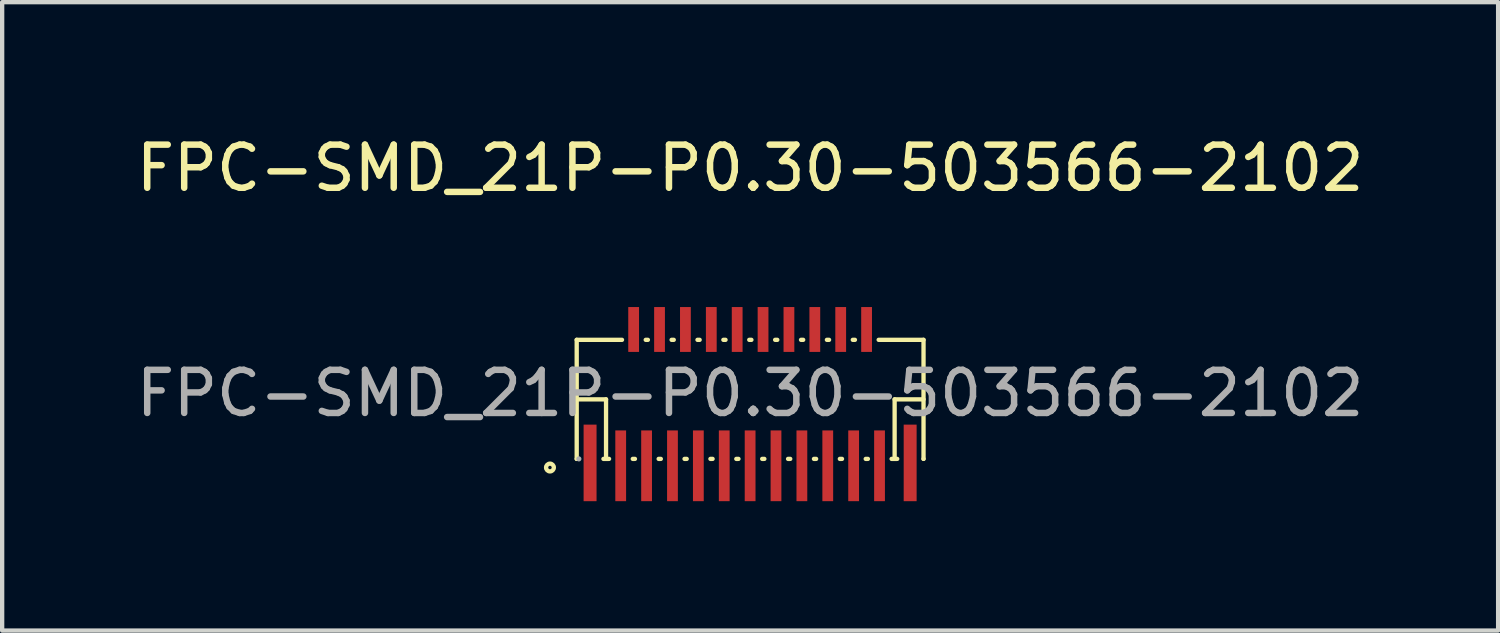
<source format=kicad_pcb>
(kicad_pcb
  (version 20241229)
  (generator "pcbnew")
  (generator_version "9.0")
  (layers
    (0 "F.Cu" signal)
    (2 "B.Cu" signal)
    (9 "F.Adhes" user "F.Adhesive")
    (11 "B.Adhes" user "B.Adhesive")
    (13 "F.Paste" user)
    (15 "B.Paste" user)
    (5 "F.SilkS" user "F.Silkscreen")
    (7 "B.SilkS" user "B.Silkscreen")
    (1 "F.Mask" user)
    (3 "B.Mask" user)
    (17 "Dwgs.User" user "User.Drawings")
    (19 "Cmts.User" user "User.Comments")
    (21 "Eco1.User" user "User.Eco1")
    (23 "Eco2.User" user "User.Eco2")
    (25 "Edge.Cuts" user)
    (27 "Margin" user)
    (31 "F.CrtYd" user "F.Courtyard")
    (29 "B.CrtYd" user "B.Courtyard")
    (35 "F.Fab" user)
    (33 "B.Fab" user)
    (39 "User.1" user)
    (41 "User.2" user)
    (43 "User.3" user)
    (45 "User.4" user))
  (footprint "FPC-SMD_21P-P0.30-503566-2102"
    (layer "F.Cu")
    (at 14.339 6.068)
    (property "Reference" "FPC-SMD_21P-P0.30-503566-2102" (at 0 -5.22 0) (layer "F.SilkS") (effects (font (size 1 1) (thickness 0.15))))
    (attr through_hole)
    (fp_line (start -4.02 -1.24) (end -4.02 1.52) (stroke (width 0.1) (type solid)) (layer "F.SilkS"))
    (fp_line (start -4.02 0.14) (end -3.34 0.14) (stroke (width 0.1) (type solid)) (layer "F.SilkS"))
    (fp_line (start -4.02 1.52) (end -4.01 1.52) (stroke (width 0.1) (type solid)) (layer "F.SilkS"))
    (fp_line (start -3.34 0.14) (end -3.34 1.52) (stroke (width 0.1) (type solid)) (layer "F.SilkS"))
    (fp_line (start -3.27 1.52) (end -3.4 1.52) (stroke (width 0.1) (type solid)) (layer "F.SilkS"))
    (fp_line (start -2.97 -1.24) (end -4.02 -1.24) (stroke (width 0.1) (type solid)) (layer "F.SilkS"))
    (fp_line (start -2.67 1.52) (end -2.72 1.52) (stroke (width 0.1) (type solid)) (layer "F.SilkS"))
    (fp_line (start -2.42 -1.24) (end -2.37 -1.24) (stroke (width 0.1) (type solid)) (layer "F.SilkS"))
    (fp_line (start -2.07 1.52) (end -2.12 1.52) (stroke (width 0.1) (type solid)) (layer "F.SilkS"))
    (fp_line (start -1.82 -1.24) (end -1.77 -1.24) (stroke (width 0.1) (type solid)) (layer "F.SilkS"))
    (fp_line (start -1.47 1.52) (end -1.52 1.52) (stroke (width 0.1) (type solid)) (layer "F.SilkS"))
    (fp_line (start -1.22 -1.24) (end -1.17 -1.24) (stroke (width 0.1) (type solid)) (layer "F.SilkS"))
    (fp_line (start -0.87 1.52) (end -0.92 1.52) (stroke (width 0.1) (type solid)) (layer "F.SilkS"))
    (fp_line (start -0.62 -1.24) (end -0.57 -1.24) (stroke (width 0.1) (type solid)) (layer "F.SilkS"))
    (fp_line (start -0.27 1.52) (end -0.32 1.52) (stroke (width 0.1) (type solid)) (layer "F.SilkS"))
    (fp_line (start -0.02 -1.24) (end 0.03 -1.24) (stroke (width 0.1) (type solid)) (layer "F.SilkS"))
    (fp_line (start 0.33 1.52) (end 0.28 1.52) (stroke (width 0.1) (type solid)) (layer "F.SilkS"))
    (fp_line (start 0.58 -1.24) (end 0.63 -1.24) (stroke (width 0.1) (type solid)) (layer "F.SilkS"))
    (fp_line (start 0.93 1.52) (end 0.88 1.52) (stroke (width 0.1) (type solid)) (layer "F.SilkS"))
    (fp_line (start 1.18 -1.24) (end 1.23 -1.24) (stroke (width 0.1) (type solid)) (layer "F.SilkS"))
    (fp_line (start 1.53 1.52) (end 1.48 1.52) (stroke (width 0.1) (type solid)) (layer "F.SilkS"))
    (fp_line (start 1.78 -1.24) (end 1.83 -1.24) (stroke (width 0.1) (type solid)) (layer "F.SilkS"))
    (fp_line (start 2.13 1.52) (end 2.08 1.52) (stroke (width 0.1) (type solid)) (layer "F.SilkS"))
    (fp_line (start 2.38 -1.24) (end 2.43 -1.24) (stroke (width 0.1) (type solid)) (layer "F.SilkS"))
    (fp_line (start 2.73 1.52) (end 2.68 1.52) (stroke (width 0.1) (type solid)) (layer "F.SilkS"))
    (fp_line (start 2.98 -1.24) (end 4.02 -1.24) (stroke (width 0.1) (type solid)) (layer "F.SilkS"))
    (fp_line (start 3.35 0.14) (end 4.02 0.14) (stroke (width 0.1) (type solid)) (layer "F.SilkS"))
    (fp_line (start 3.35 1.52) (end 3.35 0.14) (stroke (width 0.1) (type solid)) (layer "F.SilkS"))
    (fp_line (start 3.41 1.52) (end 3.28 1.52) (stroke (width 0.1) (type solid)) (layer "F.SilkS"))
    (fp_line (start 4.02 -1.24) (end 4.02 1.52) (stroke (width 0.1) (type solid)) (layer "F.SilkS"))
    (fp_line (start 4.02 1.52) (end 4.02 1.52) (stroke (width 0.1) (type solid)) (layer "F.SilkS"))
    (fp_circle (center -4.64 1.72) (end -4.55 1.72) (stroke (width 0.1) (type solid)) (fill no) (layer "F.SilkS"))
    (fp_circle (center -3.97 1.52) (end -3.94 1.52) (stroke (width 0.06) (type solid)) (fill no) (layer "F.Fab"))
    (fp_text user "${REFERENCE}" (at 0 0 0) (layer "F.Fab") (effects (font (size 1 1) (thickness 0.15))))
    (pad "0" smd rect (at -3.71 1.613) (size 0.3 1.775) (layers "F.Cu" "F.Mask" "F.Paste"))
    (pad "0" smd rect (at 3.71 1.613) (size 0.3 1.775) (layers "F.Cu" "F.Mask" "F.Paste"))
    (pad "1" smd rect (at -3 1.68) (size 0.25 1.64) (layers "F.Cu" "F.Mask" "F.Paste"))
    (pad "2" smd rect (at -2.7 -1.48) (size 0.25 1.04) (layers "F.Cu" "F.Mask" "F.Paste"))
    (pad "3" smd rect (at -2.4 1.68) (size 0.25 1.64) (layers "F.Cu" "F.Mask" "F.Paste"))
    (pad "4" smd rect (at -2.1 -1.48) (size 0.25 1.04) (layers "F.Cu" "F.Mask" "F.Paste"))
    (pad "5" smd rect (at -1.8 1.68) (size 0.25 1.64) (layers "F.Cu" "F.Mask" "F.Paste"))
    (pad "6" smd rect (at -1.5 -1.48) (size 0.25 1.04) (layers "F.Cu" "F.Mask" "F.Paste"))
    (pad "7" smd rect (at -1.2 1.68) (size 0.25 1.64) (layers "F.Cu" "F.Mask" "F.Paste"))
    (pad "8" smd rect (at -0.9 -1.48) (size 0.25 1.04) (layers "F.Cu" "F.Mask" "F.Paste"))
    (pad "9" smd rect (at -0.6 1.68) (size 0.25 1.64) (layers "F.Cu" "F.Mask" "F.Paste"))
    (pad "10" smd rect (at -0.3 -1.48) (size 0.25 1.04) (layers "F.Cu" "F.Mask" "F.Paste"))
    (pad "11" smd rect (at 0 1.68) (size 0.25 1.64) (layers "F.Cu" "F.Mask" "F.Paste"))
    (pad "12" smd rect (at 0.3 -1.48) (size 0.25 1.04) (layers "F.Cu" "F.Mask" "F.Paste"))
    (pad "13" smd rect (at 0.6 1.68) (size 0.25 1.64) (layers "F.Cu" "F.Mask" "F.Paste"))
    (pad "14" smd rect (at 0.9 -1.48) (size 0.25 1.04) (layers "F.Cu" "F.Mask" "F.Paste"))
    (pad "15" smd rect (at 1.2 1.68) (size 0.25 1.64) (layers "F.Cu" "F.Mask" "F.Paste"))
    (pad "16" smd rect (at 1.5 -1.48) (size 0.25 1.04) (layers "F.Cu" "F.Mask" "F.Paste"))
    (pad "17" smd rect (at 1.8 1.68) (size 0.25 1.64) (layers "F.Cu" "F.Mask" "F.Paste"))
    (pad "18" smd rect (at 2.1 -1.48) (size 0.25 1.04) (layers "F.Cu" "F.Mask" "F.Paste"))
    (pad "19" smd rect (at 2.4 1.68) (size 0.25 1.64) (layers "F.Cu" "F.Mask" "F.Paste"))
    (pad "20" smd rect (at 2.7 -1.48) (size 0.25 1.04) (layers "F.Cu" "F.Mask" "F.Paste"))
    (pad "21" smd rect (at 3 1.68) (size 0.25 1.64) (layers "F.Cu" "F.Mask" "F.Paste")))
  (gr_rect
    (start -3 -3)
    (end 31.679 11.568)
    (stroke (width 0.1) (type default))
    (fill no)
    (layer "Edge.Cuts")))
</source>
